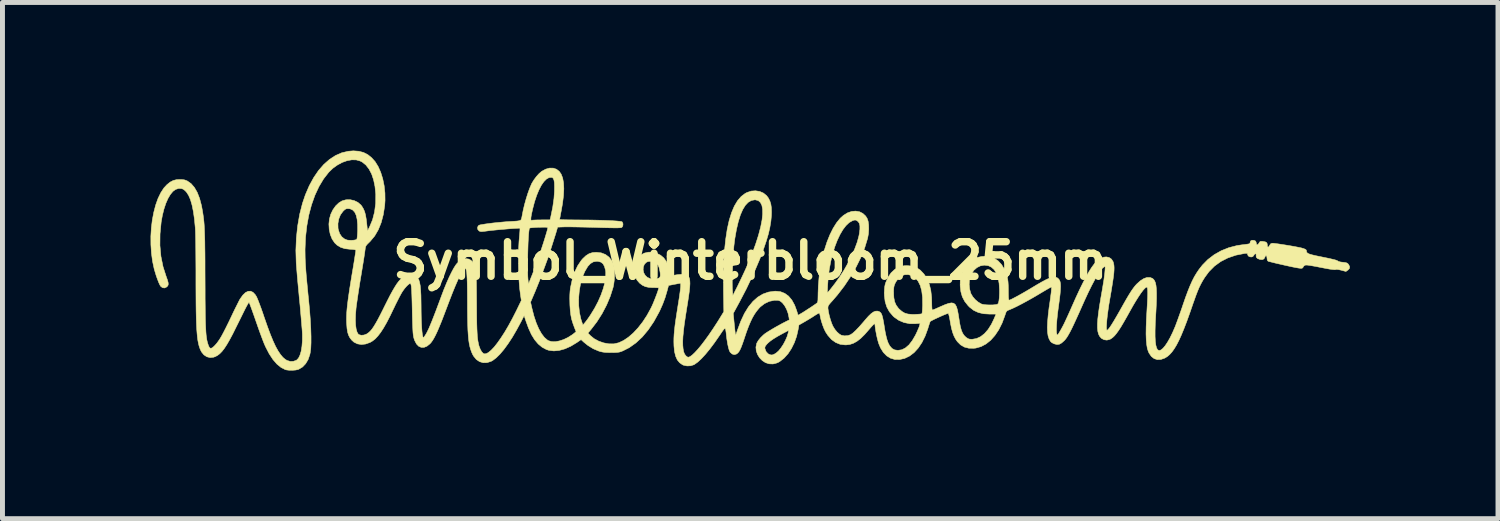
<source format=kicad_pcb>
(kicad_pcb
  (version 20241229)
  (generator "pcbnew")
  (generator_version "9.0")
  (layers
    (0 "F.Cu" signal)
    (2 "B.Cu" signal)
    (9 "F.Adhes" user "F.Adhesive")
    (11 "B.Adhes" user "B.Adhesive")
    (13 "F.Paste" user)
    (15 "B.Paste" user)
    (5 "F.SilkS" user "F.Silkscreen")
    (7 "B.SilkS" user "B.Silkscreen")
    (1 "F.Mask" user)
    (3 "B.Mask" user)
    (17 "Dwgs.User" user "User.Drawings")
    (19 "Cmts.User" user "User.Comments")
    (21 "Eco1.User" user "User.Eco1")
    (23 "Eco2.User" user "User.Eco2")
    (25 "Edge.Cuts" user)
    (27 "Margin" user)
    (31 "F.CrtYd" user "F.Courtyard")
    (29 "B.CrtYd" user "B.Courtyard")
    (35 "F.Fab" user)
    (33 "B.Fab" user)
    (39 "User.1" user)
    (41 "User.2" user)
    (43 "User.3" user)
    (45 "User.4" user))
  (footprint "Symbol_Winterbloom_25mm"
    (layer "F.Cu")
    (at 12.145 2.229)
    (property "Reference" "Symbol_Winterbloom_25mm" (at 0 0 180) (layer "F.SilkS") (effects (font (size 0.7 0.7) (thickness 0.15))))
    (attr board_only exclude_from_pos_files exclude_from_bom)
    (fp_poly (pts (xy -7.928 -2.216) (xy -7.832 -2.191) (xy -7.745 -2.146) (xy -7.671 -2.087) (xy -7.599 -2.007) (xy -7.537 -1.907) (xy -7.485 -1.79) (xy -7.444 -1.659) (xy -7.415 -1.517) (xy -7.399 -1.37) (xy -7.397 -1.219) (xy -7.404 -1.117) (xy -7.432 -0.934) (xy -7.475 -0.771) (xy -7.533 -0.627) (xy -7.607 -0.5) (xy -7.698 -0.391) (xy -7.715 -0.374) (xy -7.753 -0.337) (xy -7.777 -0.309) (xy -7.79 -0.284) (xy -7.797 -0.254) (xy -7.802 -0.212) (xy -7.803 -0.209) (xy -7.807 -0.176) (xy -7.815 -0.121) (xy -7.826 -0.048) (xy -7.84 0.039) (xy -7.856 0.136) (xy -7.873 0.241) (xy -7.888 0.33) (xy -7.907 0.444) (xy -7.925 0.558) (xy -7.942 0.668) (xy -7.957 0.77) (xy -7.97 0.859) (xy -7.98 0.93) (xy -7.984 0.965) (xy -7.994 1.091) (xy -7.997 1.204) (xy -7.993 1.303) (xy -7.982 1.384) (xy -7.964 1.446) (xy -7.94 1.487) (xy -7.924 1.499) (xy -7.878 1.511) (xy -7.823 1.506) (xy -7.768 1.485) (xy -7.76 1.479) (xy -7.727 1.456) (xy -7.694 1.425) (xy -7.661 1.386) (xy -7.626 1.335) (xy -7.587 1.271) (xy -7.542 1.191) (xy -7.491 1.093) (xy -7.431 0.974) (xy -7.421 0.953) (xy -7.353 0.817) (xy -7.295 0.703) (xy -7.243 0.608) (xy -7.197 0.53) (xy -7.156 0.466) (xy -7.117 0.415) (xy -7.08 0.374) (xy -7.042 0.342) (xy -7.003 0.315) (xy -6.975 0.3) (xy -6.926 0.283) (xy -6.869 0.278) (xy -6.817 0.284) (xy -6.793 0.293) (xy -6.761 0.315) (xy -6.735 0.345) (xy -6.713 0.386) (xy -6.697 0.44) (xy -6.684 0.509) (xy -6.676 0.595) (xy -6.67 0.701) (xy -6.668 0.829) (xy -6.667 0.904) (xy -6.666 1.028) (xy -6.664 1.145) (xy -6.66 1.253) (xy -6.655 1.348) (xy -6.649 1.428) (xy -6.642 1.49) (xy -6.634 1.53) (xy -6.632 1.536) (xy -6.621 1.566) (xy -6.595 1.529) (xy -6.575 1.499) (xy -6.554 1.463) (xy -6.532 1.419) (xy -6.507 1.367) (xy -6.48 1.302) (xy -6.448 1.225) (xy -6.411 1.131) (xy -6.368 1.02) (xy -6.319 0.889) (xy -6.262 0.736) (xy -6.26 0.73) (xy -6.206 0.587) (xy -6.152 0.455) (xy -6.1 0.337) (xy -6.05 0.235) (xy -6.005 0.151) (xy -5.965 0.088) (xy -5.945 0.062) (xy -5.885 0.007) (xy -5.823 -0.028) (xy -5.76 -0.041) (xy -5.701 -0.032) (xy -5.664 -0.012) (xy -5.634 0.013) (xy -5.612 0.045) (xy -5.593 0.089) (xy -5.576 0.15) (xy -5.568 0.185) (xy -5.562 0.212) (xy -5.558 0.242) (xy -5.554 0.277) (xy -5.551 0.321) (xy -5.549 0.375) (xy -5.547 0.441) (xy -5.546 0.524) (xy -5.545 0.624) (xy -5.544 0.746) (xy -5.543 0.87) (xy -5.542 1.029) (xy -5.541 1.165) (xy -5.539 1.28) (xy -5.536 1.378) (xy -5.532 1.46) (xy -5.528 1.529) (xy -5.522 1.587) (xy -5.514 1.637) (xy -5.505 1.682) (xy -5.495 1.724) (xy -5.492 1.733) (xy -5.469 1.793) (xy -5.441 1.843) (xy -5.41 1.876) (xy -5.389 1.887) (xy -5.35 1.885) (xy -5.303 1.86) (xy -5.248 1.814) (xy -5.186 1.749) (xy -5.12 1.665) (xy -5.049 1.564) (xy -4.974 1.448) (xy -4.897 1.317) (xy -4.819 1.174) (xy -4.74 1.019) (xy -4.732 1.003) (xy -4.637 0.806) (xy -4.654 0.693) (xy -4.67 0.569) (xy -4.682 0.425) (xy -4.691 0.268) (xy -4.695 0.102) (xy -4.695 0.051) (xy -4.51 0.051) (xy -4.509 0.149) (xy -4.508 0.238) (xy -4.506 0.316) (xy -4.502 0.378) (xy -4.501 0.385) (xy -4.492 0.473) (xy -4.437 0.335) (xy -4.412 0.274) (xy -4.383 0.197) (xy -4.351 0.111) (xy -4.32 0.026) (xy -4.306 -0.014) (xy -4.278 -0.094) (xy -4.248 -0.181) (xy -4.219 -0.27) (xy -4.19 -0.358) (xy -4.164 -0.441) (xy -4.141 -0.517) (xy -4.122 -0.58) (xy -4.109 -0.628) (xy -4.103 -0.656) (xy -4.102 -0.661) (xy -4.105 -0.669) (xy -4.114 -0.674) (xy -4.135 -0.677) (xy -4.171 -0.678) (xy -4.225 -0.677) (xy -4.283 -0.676) (xy -4.348 -0.673) (xy -4.404 -0.669) (xy -4.446 -0.665) (xy -4.469 -0.66) (xy -4.471 -0.658) (xy -4.478 -0.636) (xy -4.484 -0.591) (xy -4.49 -0.528) (xy -4.495 -0.45) (xy -4.5 -0.36) (xy -4.503 -0.261) (xy -4.506 -0.158) (xy -4.508 -0.052) (xy -4.51 0.051) (xy -4.695 0.051) (xy -4.696 -0.066) (xy -4.692 -0.231) (xy -4.684 -0.387) (xy -4.673 -0.519) (xy -4.668 -0.574) (xy -4.665 -0.619) (xy -4.664 -0.648) (xy -4.665 -0.656) (xy -4.68 -0.658) (xy -4.715 -0.656) (xy -4.768 -0.653) (xy -4.835 -0.649) (xy -4.91 -0.643) (xy -4.991 -0.636) (xy -5.074 -0.629) (xy -5.154 -0.621) (xy -5.227 -0.614) (xy -5.29 -0.607) (xy -5.326 -0.602) (xy -5.387 -0.594) (xy -5.43 -0.59) (xy -5.457 -0.59) (xy -5.477 -0.594) (xy -5.492 -0.602) (xy -5.494 -0.603) (xy -5.519 -0.632) (xy -5.525 -0.668) (xy -5.512 -0.701) (xy -5.496 -0.716) (xy -5.474 -0.724) (xy -5.43 -0.732) (xy -5.369 -0.742) (xy -5.294 -0.752) (xy -5.21 -0.763) (xy -5.119 -0.772) (xy -5.027 -0.781) (xy -4.936 -0.789) (xy -4.864 -0.793) (xy -4.784 -0.798) (xy -4.725 -0.802) (xy -4.684 -0.808) (xy -4.658 -0.816) (xy -4.642 -0.829) (xy -4.635 -0.844) (xy -4.444 -0.844) (xy -4.441 -0.822) (xy -4.431 -0.816) (xy -4.425 -0.818) (xy -4.405 -0.821) (xy -4.366 -0.823) (xy -4.311 -0.825) (xy -4.247 -0.825) (xy -4.23 -0.826) (xy -4.056 -0.826) (xy -4.04 -0.892) (xy -4.001 -1.082) (xy -3.976 -1.259) (xy -3.966 -1.403) (xy -3.965 -1.5) (xy -3.967 -1.574) (xy -3.975 -1.627) (xy -3.988 -1.662) (xy -4.007 -1.682) (xy -4.024 -1.687) (xy -4.076 -1.682) (xy -4.128 -1.653) (xy -4.18 -1.601) (xy -4.231 -1.528) (xy -4.28 -1.434) (xy -4.326 -1.323) (xy -4.369 -1.194) (xy -4.407 -1.049) (xy -4.413 -1.022) (xy -4.431 -0.941) (xy -4.441 -0.883) (xy -4.444 -0.844) (xy -4.635 -0.844) (xy -4.633 -0.848) (xy -4.628 -0.874) (xy -4.623 -0.899) (xy -4.601 -1.013) (xy -4.573 -1.132) (xy -4.54 -1.251) (xy -4.505 -1.363) (xy -4.469 -1.463) (xy -4.434 -1.545) (xy -4.426 -1.563) (xy -4.383 -1.634) (xy -4.332 -1.703) (xy -4.278 -1.763) (xy -4.227 -1.807) (xy -4.226 -1.808) (xy -4.144 -1.853) (xy -4.065 -1.875) (xy -3.991 -1.874) (xy -3.925 -1.852) (xy -3.869 -1.808) (xy -3.831 -1.754) (xy -3.8 -1.675) (xy -3.782 -1.576) (xy -3.776 -1.457) (xy -3.783 -1.317) (xy -3.803 -1.156) (xy -3.83 -1.003) (xy -3.842 -0.943) (xy -3.851 -0.891) (xy -3.858 -0.854) (xy -3.861 -0.836) (xy -3.861 -0.835) (xy -3.849 -0.833) (xy -3.814 -0.83) (xy -3.761 -0.828) (xy -3.692 -0.827) (xy -3.611 -0.826) (xy -3.521 -0.825) (xy -3.515 -0.825) (xy -3.373 -0.824) (xy -3.236 -0.823) (xy -3.106 -0.82) (xy -2.986 -0.817) (xy -2.878 -0.813) (xy -2.783 -0.808) (xy -2.706 -0.803) (xy -2.647 -0.797) (xy -2.61 -0.792) (xy -2.597 -0.787) (xy -2.581 -0.76) (xy -2.578 -0.724) (xy -2.588 -0.69) (xy -2.605 -0.672) (xy -2.619 -0.668) (xy -2.646 -0.666) (xy -2.688 -0.664) (xy -2.747 -0.664) (xy -2.824 -0.665) (xy -2.922 -0.667) (xy -3.042 -0.67) (xy -3.123 -0.673) (xy -3.239 -0.676) (xy -3.353 -0.679) (xy -3.462 -0.681) (xy -3.56 -0.683) (xy -3.645 -0.684) (xy -3.713 -0.684) (xy -3.758 -0.684) (xy -3.902 -0.679) (xy -3.939 -0.552) (xy -4.089 -0.079) (xy -4.261 0.386) (xy -4.356 0.621) (xy -4.45 0.84) (xy -4.421 0.968) (xy -4.381 1.123) (xy -4.335 1.261) (xy -4.284 1.38) (xy -4.228 1.479) (xy -4.169 1.556) (xy -4.107 1.609) (xy -4.086 1.621) (xy -4.025 1.639) (xy -3.951 1.641) (xy -3.868 1.626) (xy -3.779 1.597) (xy -3.69 1.554) (xy -3.604 1.499) (xy -3.564 1.468) (xy -3.528 1.438) (xy -3.562 1.353) (xy -3.594 1.265) (xy -3.619 1.183) (xy -3.635 1.1) (xy -3.646 1.009) (xy -3.653 0.902) (xy -3.654 0.868) (xy -3.656 0.772) (xy -3.656 0.758) (xy -3.476 0.758) (xy -3.475 0.905) (xy -3.46 1.047) (xy -3.431 1.181) (xy -3.404 1.264) (xy -3.389 1.302) (xy -3.35 1.257) (xy -3.327 1.228) (xy -3.294 1.184) (xy -3.258 1.132) (xy -3.236 1.099) (xy -3.154 0.966) (xy -3.083 0.831) (xy -3.024 0.697) (xy -2.978 0.567) (xy -2.945 0.444) (xy -2.928 0.332) (xy -2.927 0.233) (xy -2.932 0.194) (xy -2.953 0.118) (xy -2.982 0.064) (xy -3.023 0.031) (xy -3.079 0.015) (xy -3.114 0.013) (xy -3.178 0.024) (xy -3.236 0.058) (xy -3.29 0.116) (xy -3.291 0.117) (xy -3.351 0.218) (xy -3.401 0.337) (xy -3.438 0.469) (xy -3.463 0.611) (xy -3.476 0.758) (xy -3.656 0.758) (xy -3.655 0.694) (xy -3.651 0.626) (xy -3.644 0.562) (xy -3.639 0.535) (xy -3.604 0.374) (xy -3.556 0.229) (xy -3.495 0.102) (xy -3.423 -0.005) (xy -3.394 -0.039) (xy -3.328 -0.101) (xy -3.263 -0.142) (xy -3.193 -0.164) (xy -3.118 -0.169) (xy -3.019 -0.158) (xy -2.933 -0.125) (xy -2.861 -0.071) (xy -2.805 0.001) (xy -2.775 0.065) (xy -2.76 0.127) (xy -2.751 0.206) (xy -2.749 0.296) (xy -2.754 0.39) (xy -2.766 0.481) (xy -2.779 0.544) (xy -2.835 0.72) (xy -2.91 0.898) (xy -3.002 1.074) (xy -3.107 1.239) (xy -3.218 1.384) (xy -3.288 1.467) (xy -3.235 1.521) (xy -3.161 1.581) (xy -3.07 1.63) (xy -2.969 1.665) (xy -2.865 1.684) (xy -2.765 1.685) (xy -2.757 1.684) (xy -2.663 1.662) (xy -2.566 1.616) (xy -2.468 1.55) (xy -2.369 1.464) (xy -2.272 1.36) (xy -2.179 1.241) (xy -2.092 1.108) (xy -2.012 0.962) (xy -1.994 0.925) (xy -1.972 0.876) (xy -1.948 0.818) (xy -1.923 0.755) (xy -1.899 0.692) (xy -1.878 0.635) (xy -1.863 0.588) (xy -1.855 0.558) (xy -1.854 0.551) (xy -1.866 0.549) (xy -1.897 0.547) (xy -1.943 0.546) (xy -1.967 0.546) (xy -2.055 0.541) (xy -2.125 0.526) (xy -2.186 0.497) (xy -2.24 0.456) (xy -2.295 0.393) (xy -2.332 0.317) (xy -2.351 0.233) (xy -2.352 0.187) (xy -2.17 0.187) (xy -2.157 0.247) (xy -2.126 0.3) (xy -2.084 0.339) (xy -2.03 0.362) (xy -1.958 0.368) (xy -1.878 0.36) (xy -1.847 0.351) (xy -1.829 0.332) (xy -1.822 0.299) (xy -1.825 0.248) (xy -1.831 0.211) (xy -1.847 0.139) (xy -1.87 0.087) (xy -1.904 0.05) (xy -1.921 0.038) (xy -1.967 0.02) (xy -2.021 0.013) (xy -2.072 0.018) (xy -2.105 0.033) (xy -2.145 0.074) (xy -2.166 0.128) (xy -2.17 0.187) (xy -2.352 0.187) (xy -2.353 0.147) (xy -2.338 0.062) (xy -2.306 -0.016) (xy -2.258 -0.082) (xy -2.221 -0.114) (xy -2.146 -0.153) (xy -2.063 -0.172) (xy -1.978 -0.17) (xy -1.895 -0.149) (xy -1.818 -0.111) (xy -1.751 -0.055) (xy -1.701 0.016) (xy -1.699 0.019) (xy -1.672 0.085) (xy -1.651 0.162) (xy -1.64 0.237) (xy -1.639 0.262) (xy -1.638 0.314) (xy -1.557 0.297) (xy -1.472 0.283) (xy -1.396 0.277) (xy -1.333 0.28) (xy -1.288 0.291) (xy -1.279 0.296) (xy -1.257 0.314) (xy -1.241 0.337) (xy -1.23 0.369) (xy -1.224 0.411) (xy -1.222 0.466) (xy -1.226 0.534) (xy -1.235 0.62) (xy -1.249 0.724) (xy -1.268 0.849) (xy -1.289 0.978) (xy -1.316 1.15) (xy -1.338 1.299) (xy -1.353 1.427) (xy -1.364 1.538) (xy -1.368 1.632) (xy -1.367 1.712) (xy -1.361 1.781) (xy -1.35 1.84) (xy -1.346 1.854) (xy -1.328 1.896) (xy -1.3 1.931) (xy -1.271 1.952) (xy -1.256 1.956) (xy -1.223 1.945) (xy -1.179 1.914) (xy -1.125 1.863) (xy -1.063 1.796) (xy -0.994 1.713) (xy -0.92 1.616) (xy -0.841 1.507) (xy -0.759 1.387) (xy -0.675 1.258) (xy -0.634 1.193) (xy -0.536 1.033) (xy -0.543 0.615) (xy -0.543 0.444) (xy -0.366 0.444) (xy -0.365 0.523) (xy -0.363 0.578) (xy -0.353 0.705) (xy -0.258 0.517) (xy -0.218 0.434) (xy -0.173 0.341) (xy -0.129 0.247) (xy -0.091 0.164) (xy -0.084 0.148) (xy -0.014 -0.014) (xy 0.051 -0.178) (xy 0.109 -0.337) (xy 0.156 -0.483) (xy 0.17 -0.53) (xy 0.211 -0.686) (xy 0.238 -0.824) (xy 0.25 -0.942) (xy 0.249 -1.04) (xy 0.235 -1.119) (xy 0.206 -1.177) (xy 0.164 -1.215) (xy 0.108 -1.231) (xy 0.09 -1.232) (xy 0.022 -1.219) (xy -0.042 -1.182) (xy -0.1 -1.121) (xy -0.153 -1.035) (xy -0.201 -0.925) (xy -0.243 -0.79) (xy -0.28 -0.633) (xy -0.312 -0.451) (xy -0.323 -0.368) (xy -0.332 -0.294) (xy -0.339 -0.202) (xy -0.346 -0.097) (xy -0.353 0.014) (xy -0.358 0.129) (xy -0.362 0.242) (xy -0.365 0.349) (xy -0.366 0.444) (xy -0.543 0.444) (xy -0.544 0.316) (xy -0.537 0.042) (xy -0.522 -0.209) (xy -0.498 -0.435) (xy -0.467 -0.638) (xy -0.427 -0.818) (xy -0.379 -0.973) (xy -0.323 -1.105) (xy -0.258 -1.214) (xy -0.185 -1.299) (xy -0.104 -1.361) (xy -0.068 -1.38) (xy 0.019 -1.409) (xy 0.106 -1.415) (xy 0.19 -1.402) (xy 0.266 -1.369) (xy 0.329 -1.318) (xy 0.365 -1.271) (xy 0.396 -1.21) (xy 0.416 -1.146) (xy 0.427 -1.072) (xy 0.43 -0.983) (xy 0.428 -0.914) (xy 0.417 -0.798) (xy 0.397 -0.676) (xy 0.367 -0.544) (xy 0.325 -0.401) (xy 0.271 -0.242) (xy 0.205 -0.065) (xy 0.197 -0.044) (xy 0.068 0.26) (xy -0.08 0.571) (xy -0.212 0.824) (xy -0.345 1.069) (xy -0.324 1.287) (xy -0.316 1.359) (xy -0.31 1.421) (xy -0.304 1.469) (xy -0.3 1.5) (xy -0.298 1.509) (xy -0.293 1.5) (xy -0.282 1.471) (xy -0.267 1.429) (xy -0.26 1.407) (xy -0.192 1.226) (xy -0.118 1.068) (xy -0.036 0.935) (xy 0.054 0.825) (xy 0.151 0.739) (xy 0.256 0.676) (xy 0.369 0.636) (xy 0.491 0.619) (xy 0.514 0.618) (xy 0.611 0.628) (xy 0.698 0.662) (xy 0.775 0.718) (xy 0.842 0.798) (xy 0.898 0.9) (xy 0.94 1.013) (xy 0.968 1.105) (xy 1.027 1.071) (xy 1.061 1.051) (xy 1.108 1.021) (xy 1.163 0.985) (xy 1.221 0.948) (xy 1.274 0.912) (xy 1.318 0.882) (xy 1.347 0.861) (xy 1.349 0.859) (xy 1.359 0.848) (xy 1.366 0.828) (xy 1.37 0.797) (xy 1.371 0.748) (xy 1.372 0.703) (xy 1.373 0.654) (xy 1.56 0.654) (xy 1.593 0.616) (xy 1.614 0.591) (xy 1.646 0.551) (xy 1.684 0.502) (xy 1.719 0.457) (xy 1.812 0.326) (xy 1.901 0.187) (xy 1.983 0.042) (xy 2.055 -0.102) (xy 2.117 -0.243) (xy 2.166 -0.376) (xy 2.199 -0.498) (xy 2.209 -0.549) (xy 2.22 -0.637) (xy 2.22 -0.704) (xy 2.209 -0.754) (xy 2.185 -0.79) (xy 2.157 -0.812) (xy 2.134 -0.822) (xy 2.111 -0.822) (xy 2.079 -0.813) (xy 2.067 -0.808) (xy 2.002 -0.771) (xy 1.938 -0.71) (xy 1.876 -0.629) (xy 1.817 -0.529) (xy 1.762 -0.413) (xy 1.712 -0.283) (xy 1.668 -0.141) (xy 1.631 0.01) (xy 1.601 0.168) (xy 1.579 0.331) (xy 1.567 0.495) (xy 1.56 0.654) (xy 1.373 0.654) (xy 1.378 0.512) (xy 1.394 0.322) (xy 1.421 0.135) (xy 1.456 -0.045) (xy 1.501 -0.216) (xy 1.553 -0.377) (xy 1.612 -0.524) (xy 1.677 -0.655) (xy 1.747 -0.767) (xy 1.822 -0.859) (xy 1.887 -0.917) (xy 1.969 -0.968) (xy 2.053 -0.997) (xy 2.134 -1.004) (xy 2.211 -0.991) (xy 2.279 -0.957) (xy 2.336 -0.904) (xy 2.366 -0.857) (xy 2.386 -0.8) (xy 2.397 -0.725) (xy 2.399 -0.639) (xy 2.393 -0.547) (xy 2.377 -0.458) (xy 2.375 -0.45) (xy 2.318 -0.263) (xy 2.241 -0.069) (xy 2.144 0.127) (xy 2.031 0.323) (xy 1.904 0.513) (xy 1.764 0.695) (xy 1.665 0.81) (xy 1.623 0.856) (xy 1.596 0.889) (xy 1.58 0.913) (xy 1.574 0.934) (xy 1.573 0.956) (xy 1.573 0.968) (xy 1.582 1.03) (xy 1.598 1.105) (xy 1.62 1.185) (xy 1.645 1.26) (xy 1.67 1.321) (xy 1.674 1.328) (xy 1.713 1.392) (xy 1.76 1.448) (xy 1.809 1.49) (xy 1.846 1.511) (xy 1.91 1.523) (xy 1.979 1.517) (xy 2.029 1.5) (xy 2.075 1.469) (xy 2.133 1.416) (xy 2.205 1.341) (xy 2.289 1.245) (xy 2.327 1.2) (xy 2.391 1.127) (xy 2.446 1.074) (xy 2.493 1.04) (xy 2.535 1.023) (xy 2.575 1.021) (xy 2.589 1.024) (xy 2.616 1.034) (xy 2.638 1.051) (xy 2.657 1.078) (xy 2.672 1.119) (xy 2.686 1.176) (xy 2.701 1.254) (xy 2.711 1.315) (xy 2.73 1.433) (xy 2.75 1.528) (xy 2.77 1.604) (xy 2.792 1.665) (xy 2.817 1.713) (xy 2.827 1.729) (xy 2.871 1.779) (xy 2.923 1.807) (xy 2.987 1.816) (xy 2.993 1.816) (xy 3.07 1.804) (xy 3.144 1.766) (xy 3.215 1.704) (xy 3.282 1.617) (xy 3.346 1.507) (xy 3.353 1.492) (xy 3.38 1.435) (xy 3.403 1.381) (xy 3.421 1.338) (xy 3.427 1.317) (xy 3.44 1.268) (xy 3.349 1.276) (xy 3.228 1.276) (xy 3.113 1.253) (xy 3.007 1.208) (xy 2.914 1.143) (xy 2.89 1.12) (xy 2.816 1.033) (xy 2.764 0.937) (xy 2.731 0.83) (xy 2.716 0.708) (xy 2.715 0.66) (xy 2.715 0.638) (xy 2.902 0.638) (xy 2.902 0.654) (xy 2.908 0.753) (xy 2.924 0.833) (xy 2.954 0.901) (xy 2.999 0.963) (xy 3.017 0.982) (xy 3.072 1.029) (xy 3.128 1.062) (xy 3.193 1.081) (xy 3.272 1.088) (xy 3.337 1.088) (xy 3.392 1.085) (xy 3.438 1.082) (xy 3.468 1.077) (xy 3.477 1.074) (xy 3.48 1.059) (xy 3.484 1.023) (xy 3.487 0.971) (xy 3.49 0.909) (xy 3.49 0.891) (xy 3.488 0.741) (xy 3.472 0.612) (xy 3.443 0.505) (xy 3.4 0.418) (xy 3.344 0.351) (xy 3.274 0.305) (xy 3.27 0.303) (xy 3.197 0.282) (xy 3.125 0.285) (xy 3.059 0.311) (xy 2.999 0.359) (xy 2.949 0.429) (xy 2.931 0.464) (xy 2.917 0.499) (xy 2.908 0.535) (xy 2.904 0.578) (xy 2.902 0.638) (xy 2.715 0.638) (xy 2.717 0.586) (xy 2.722 0.529) (xy 2.732 0.479) (xy 2.743 0.445) (xy 2.79 0.335) (xy 2.852 0.246) (xy 2.926 0.177) (xy 3.012 0.129) (xy 3.109 0.104) (xy 3.17 0.1) (xy 3.274 0.11) (xy 3.364 0.14) (xy 3.443 0.192) (xy 3.514 0.267) (xy 3.523 0.279) (xy 3.583 0.375) (xy 3.627 0.482) (xy 3.656 0.603) (xy 3.672 0.741) (xy 3.675 0.836) (xy 3.676 0.905) (xy 3.678 0.952) (xy 3.681 0.981) (xy 3.686 0.996) (xy 3.693 0.999) (xy 3.696 0.999) (xy 3.714 0.991) (xy 3.751 0.976) (xy 3.8 0.954) (xy 3.856 0.929) (xy 3.856 0.929) (xy 3.946 0.89) (xy 4.018 0.865) (xy 4.074 0.855) (xy 4.118 0.862) (xy 4.151 0.888) (xy 4.176 0.933) (xy 4.196 1) (xy 4.213 1.09) (xy 4.223 1.153) (xy 4.24 1.261) (xy 4.257 1.347) (xy 4.277 1.415) (xy 4.3 1.468) (xy 4.327 1.51) (xy 4.361 1.545) (xy 4.378 1.559) (xy 4.411 1.58) (xy 4.443 1.59) (xy 4.487 1.592) (xy 4.496 1.592) (xy 4.582 1.577) (xy 4.665 1.539) (xy 4.744 1.477) (xy 4.817 1.393) (xy 4.883 1.289) (xy 4.933 1.185) (xy 4.977 1.082) (xy 4.847 1.082) (xy 4.725 1.075) (xy 4.619 1.05) (xy 4.527 1.008) (xy 4.445 0.945) (xy 4.412 0.912) (xy 4.343 0.825) (xy 4.294 0.732) (xy 4.265 0.63) (xy 4.251 0.513) (xy 4.251 0.483) (xy 4.433 0.483) (xy 4.442 0.574) (xy 4.464 0.657) (xy 4.47 0.67) (xy 4.506 0.731) (xy 4.557 0.79) (xy 4.617 0.84) (xy 4.678 0.876) (xy 4.697 0.882) (xy 4.736 0.89) (xy 4.791 0.895) (xy 4.853 0.897) (xy 4.915 0.896) (xy 4.967 0.891) (xy 5.004 0.884) (xy 5.006 0.883) (xy 5.023 0.863) (xy 5.035 0.818) (xy 5.043 0.75) (xy 5.047 0.658) (xy 5.047 0.591) (xy 5.039 0.46) (xy 5.018 0.348) (xy 4.985 0.255) (xy 4.939 0.182) (xy 4.881 0.13) (xy 4.819 0.101) (xy 4.738 0.091) (xy 4.661 0.105) (xy 4.59 0.14) (xy 4.528 0.195) (xy 4.478 0.268) (xy 4.458 0.313) (xy 4.438 0.392) (xy 4.433 0.483) (xy 4.251 0.483) (xy 4.251 0.464) (xy 4.252 0.397) (xy 4.257 0.346) (xy 4.267 0.301) (xy 4.283 0.252) (xy 4.285 0.248) (xy 4.338 0.139) (xy 4.405 0.051) (xy 4.485 -0.015) (xy 4.58 -0.061) (xy 4.688 -0.085) (xy 4.763 -0.089) (xy 4.82 -0.087) (xy 4.863 -0.08) (xy 4.904 -0.066) (xy 4.938 -0.05) (xy 5.019 0.004) (xy 5.088 0.078) (xy 5.146 0.173) (xy 5.191 0.29) (xy 5.203 0.33) (xy 5.213 0.376) (xy 5.22 0.428) (xy 5.224 0.494) (xy 5.226 0.577) (xy 5.226 0.606) (xy 5.227 0.692) (xy 5.229 0.752) (xy 5.234 0.788) (xy 5.24 0.8) (xy 5.24 0.8) (xy 5.261 0.794) (xy 5.3 0.776) (xy 5.354 0.748) (xy 5.42 0.713) (xy 5.495 0.671) (xy 5.575 0.625) (xy 5.658 0.576) (xy 5.696 0.553) (xy 5.811 0.484) (xy 5.907 0.429) (xy 5.986 0.387) (xy 6.051 0.357) (xy 6.105 0.339) (xy 6.148 0.331) (xy 6.183 0.334) (xy 6.212 0.345) (xy 6.222 0.351) (xy 6.245 0.371) (xy 6.262 0.395) (xy 6.275 0.427) (xy 6.282 0.469) (xy 6.284 0.523) (xy 6.281 0.592) (xy 6.274 0.679) (xy 6.261 0.785) (xy 6.244 0.914) (xy 6.242 0.927) (xy 6.223 1.07) (xy 6.21 1.196) (xy 6.202 1.302) (xy 6.199 1.388) (xy 6.201 1.451) (xy 6.209 1.491) (xy 6.209 1.492) (xy 6.217 1.505) (xy 6.226 1.502) (xy 6.242 1.481) (xy 6.25 1.467) (xy 6.278 1.421) (xy 6.304 1.375) (xy 6.331 1.325) (xy 6.36 1.268) (xy 6.392 1.199) (xy 6.43 1.117) (xy 6.475 1.017) (xy 6.509 0.94) (xy 6.592 0.753) (xy 6.668 0.589) (xy 6.738 0.447) (xy 6.801 0.324) (xy 6.86 0.221) (xy 6.915 0.135) (xy 6.966 0.066) (xy 7.016 0.012) (xy 7.064 -0.028) (xy 7.111 -0.055) (xy 7.158 -0.071) (xy 7.207 -0.076) (xy 7.212 -0.076) (xy 7.267 -0.064) (xy 7.314 -0.032) (xy 7.346 0.017) (xy 7.353 0.036) (xy 7.361 0.069) (xy 7.366 0.105) (xy 7.368 0.145) (xy 7.367 0.193) (xy 7.363 0.251) (xy 7.355 0.321) (xy 7.343 0.406) (xy 7.327 0.508) (xy 7.307 0.631) (xy 7.282 0.775) (xy 7.262 0.891) (xy 7.246 1.002) (xy 7.232 1.105) (xy 7.222 1.197) (xy 7.216 1.276) (xy 7.213 1.339) (xy 7.214 1.383) (xy 7.22 1.407) (xy 7.224 1.41) (xy 7.242 1.398) (xy 7.271 1.365) (xy 7.31 1.308) (xy 7.359 1.229) (xy 7.419 1.127) (xy 7.49 1.003) (xy 7.495 0.994) (xy 7.559 0.88) (xy 7.613 0.785) (xy 7.659 0.707) (xy 7.698 0.644) (xy 7.732 0.592) (xy 7.763 0.549) (xy 7.792 0.512) (xy 7.822 0.478) (xy 7.827 0.473) (xy 7.899 0.408) (xy 7.969 0.363) (xy 8.035 0.34) (xy 8.096 0.34) (xy 8.146 0.36) (xy 8.17 0.381) (xy 8.19 0.411) (xy 8.206 0.451) (xy 8.217 0.504) (xy 8.224 0.572) (xy 8.227 0.656) (xy 8.227 0.758) (xy 8.223 0.881) (xy 8.216 1.026) (xy 8.211 1.106) (xy 8.202 1.273) (xy 8.198 1.416) (xy 8.198 1.536) (xy 8.203 1.634) (xy 8.213 1.71) (xy 8.228 1.766) (xy 8.247 1.802) (xy 8.254 1.808) (xy 8.282 1.82) (xy 8.318 1.808) (xy 8.358 1.775) (xy 8.403 1.722) (xy 8.451 1.65) (xy 8.501 1.562) (xy 8.552 1.458) (xy 8.603 1.34) (xy 8.61 1.323) (xy 8.628 1.274) (xy 8.653 1.207) (xy 8.682 1.126) (xy 8.714 1.037) (xy 8.746 0.945) (xy 8.763 0.894) (xy 8.815 0.744) (xy 8.863 0.615) (xy 8.908 0.504) (xy 8.951 0.408) (xy 8.994 0.324) (xy 9.04 0.248) (xy 9.088 0.177) (xy 9.142 0.108) (xy 9.155 0.091) (xy 9.266 -0.022) (xy 9.394 -0.12) (xy 9.537 -0.201) (xy 9.692 -0.263) (xy 9.854 -0.305) (xy 9.944 -0.319) (xy 10.014 -0.327) (xy 10.063 -0.334) (xy 10.094 -0.339) (xy 10.112 -0.346) (xy 10.12 -0.354) (xy 10.122 -0.364) (xy 10.122 -0.367) (xy 10.132 -0.398) (xy 10.159 -0.414) (xy 10.2 -0.411) (xy 10.202 -0.411) (xy 10.231 -0.398) (xy 10.244 -0.375) (xy 10.247 -0.358) (xy 10.255 -0.327) (xy 10.269 -0.32) (xy 10.29 -0.337) (xy 10.303 -0.357) (xy 10.319 -0.381) (xy 10.335 -0.392) (xy 10.362 -0.392) (xy 10.385 -0.389) (xy 10.432 -0.38) (xy 10.458 -0.365) (xy 10.469 -0.34) (xy 10.471 -0.315) (xy 10.476 -0.282) (xy 10.488 -0.273) (xy 10.504 -0.288) (xy 10.516 -0.308) (xy 10.538 -0.341) (xy 10.57 -0.353) (xy 10.57 -0.353) (xy 10.592 -0.352) (xy 10.635 -0.347) (xy 10.696 -0.339) (xy 10.769 -0.328) (xy 10.852 -0.315) (xy 10.913 -0.305) (xy 11.017 -0.287) (xy 11.099 -0.271) (xy 11.161 -0.258) (xy 11.205 -0.245) (xy 11.235 -0.233) (xy 11.254 -0.221) (xy 11.263 -0.206) (xy 11.265 -0.191) (xy 11.268 -0.173) (xy 11.278 -0.159) (xy 11.299 -0.145) (xy 11.332 -0.131) (xy 11.382 -0.117) (xy 11.449 -0.101) (xy 11.537 -0.083) (xy 11.595 -0.071) (xy 11.703 -0.049) (xy 11.787 -0.03) (xy 11.847 -0.015) (xy 11.883 -0.003) (xy 11.894 0.004) (xy 11.916 0.017) (xy 11.961 0.028) (xy 11.999 0.032) (xy 12.049 0.038) (xy 12.08 0.046) (xy 12.1 0.058) (xy 12.116 0.077) (xy 12.138 0.119) (xy 12.136 0.154) (xy 12.109 0.186) (xy 12.102 0.191) (xy 12.063 0.219) (xy 11.971 0.194) (xy 11.91 0.18) (xy 11.869 0.177) (xy 11.855 0.181) (xy 11.834 0.183) (xy 11.794 0.179) (xy 11.733 0.171) (xy 11.65 0.156) (xy 11.546 0.136) (xy 11.45 0.117) (xy 11.376 0.104) (xy 11.321 0.095) (xy 11.281 0.09) (xy 11.254 0.089) (xy 11.236 0.092) (xy 11.232 0.094) (xy 11.209 0.11) (xy 11.201 0.123) (xy 11.191 0.141) (xy 11.177 0.152) (xy 11.163 0.155) (xy 11.137 0.154) (xy 11.098 0.149) (xy 11.042 0.139) (xy 10.967 0.124) (xy 10.871 0.103) (xy 10.83 0.094) (xy 10.743 0.074) (xy 10.662 0.056) (xy 10.593 0.039) (xy 10.538 0.025) (xy 10.501 0.016) (xy 10.487 0.011) (xy 10.47 -0.01) (xy 10.465 -0.05) (xy 10.465 -0.051) (xy 10.46 -0.086) (xy 10.448 -0.102) (xy 10.434 -0.097) (xy 10.422 -0.07) (xy 10.403 -0.036) (xy 10.369 -0.021) (xy 10.319 -0.025) (xy 10.318 -0.026) (xy 10.271 -0.044) (xy 10.246 -0.072) (xy 10.244 -0.11) (xy 10.244 -0.11) (xy 10.244 -0.133) (xy 10.231 -0.14) (xy 10.213 -0.132) (xy 10.198 -0.108) (xy 10.178 -0.083) (xy 10.146 -0.074) (xy 10.113 -0.079) (xy 10.085 -0.096) (xy 10.071 -0.124) (xy 10.071 -0.13) (xy 10.068 -0.144) (xy 10.055 -0.149) (xy 10.026 -0.148) (xy 10.011 -0.146) (xy 9.834 -0.111) (xy 9.673 -0.056) (xy 9.529 0.017) (xy 9.401 0.11) (xy 9.289 0.223) (xy 9.204 0.338) (xy 9.162 0.406) (xy 9.125 0.473) (xy 9.09 0.544) (xy 9.056 0.625) (xy 9.02 0.719) (xy 8.98 0.832) (xy 8.968 0.865) (xy 8.901 1.059) (xy 8.84 1.229) (xy 8.783 1.377) (xy 8.73 1.506) (xy 8.68 1.616) (xy 8.632 1.709) (xy 8.585 1.786) (xy 8.54 1.849) (xy 8.494 1.9) (xy 8.448 1.94) (xy 8.4 1.97) (xy 8.392 1.974) (xy 8.315 2.001) (xy 8.243 2.004) (xy 8.178 1.983) (xy 8.122 1.939) (xy 8.076 1.872) (xy 8.06 1.837) (xy 8.041 1.778) (xy 8.028 1.699) (xy 8.019 1.602) (xy 8.015 1.483) (xy 8.017 1.343) (xy 8.023 1.181) (xy 8.034 0.994) (xy 8.034 0.991) (xy 8.042 0.854) (xy 8.047 0.743) (xy 8.049 0.656) (xy 8.047 0.592) (xy 8.042 0.553) (xy 8.035 0.538) (xy 8.018 0.538) (xy 7.992 0.559) (xy 7.956 0.598) (xy 7.913 0.655) (xy 7.864 0.727) (xy 7.81 0.813) (xy 7.752 0.91) (xy 7.696 1.01) (xy 7.623 1.141) (xy 7.56 1.251) (xy 7.506 1.342) (xy 7.458 1.416) (xy 7.415 1.475) (xy 7.377 1.521) (xy 7.341 1.555) (xy 7.307 1.58) (xy 7.282 1.594) (xy 7.222 1.609) (xy 7.163 1.601) (xy 7.11 1.572) (xy 7.073 1.529) (xy 7.052 1.485) (xy 7.038 1.43) (xy 7.031 1.362) (xy 7.031 1.279) (xy 7.038 1.179) (xy 7.052 1.059) (xy 7.072 0.918) (xy 7.086 0.837) (xy 7.1 0.751) (xy 7.116 0.66) (xy 7.131 0.574) (xy 7.143 0.5) (xy 7.148 0.47) (xy 7.16 0.398) (xy 7.17 0.322) (xy 7.179 0.253) (xy 7.182 0.218) (xy 7.186 0.166) (xy 7.187 0.136) (xy 7.185 0.122) (xy 7.177 0.12) (xy 7.164 0.127) (xy 7.164 0.127) (xy 7.128 0.156) (xy 7.085 0.208) (xy 7.035 0.284) (xy 6.978 0.383) (xy 6.914 0.503) (xy 6.844 0.645) (xy 6.768 0.809) (xy 6.718 0.921) (xy 6.654 1.065) (xy 6.598 1.188) (xy 6.55 1.292) (xy 6.509 1.378) (xy 6.473 1.448) (xy 6.441 1.505) (xy 6.413 1.551) (xy 6.387 1.587) (xy 6.362 1.616) (xy 6.358 1.62) (xy 6.305 1.667) (xy 6.258 1.693) (xy 6.21 1.698) (xy 6.157 1.685) (xy 6.141 1.678) (xy 6.105 1.659) (xy 6.08 1.636) (xy 6.059 1.599) (xy 6.05 1.582) (xy 6.031 1.523) (xy 6.02 1.448) (xy 6.016 1.353) (xy 6.021 1.239) (xy 6.033 1.103) (xy 6.052 0.945) (xy 6.056 0.921) (xy 6.072 0.809) (xy 6.084 0.72) (xy 6.093 0.652) (xy 6.098 0.601) (xy 6.101 0.567) (xy 6.101 0.545) (xy 6.099 0.535) (xy 6.096 0.533) (xy 6.083 0.54) (xy 6.051 0.557) (xy 6.004 0.584) (xy 5.945 0.619) (xy 5.877 0.659) (xy 5.841 0.681) (xy 5.72 0.752) (xy 5.604 0.817) (xy 5.495 0.876) (xy 5.396 0.927) (xy 5.312 0.967) (xy 5.246 0.995) (xy 5.244 0.996) (xy 5.214 1.008) (xy 5.194 1.022) (xy 5.18 1.043) (xy 5.167 1.079) (xy 5.157 1.109) (xy 5.1 1.263) (xy 5.032 1.399) (xy 4.954 1.515) (xy 4.868 1.612) (xy 4.774 1.687) (xy 4.674 1.74) (xy 4.568 1.77) (xy 4.529 1.774) (xy 4.426 1.773) (xy 4.336 1.75) (xy 4.259 1.705) (xy 4.193 1.639) (xy 4.156 1.585) (xy 4.125 1.525) (xy 4.099 1.457) (xy 4.076 1.374) (xy 4.055 1.272) (xy 4.045 1.21) (xy 4.034 1.15) (xy 4.023 1.104) (xy 4.014 1.075) (xy 4.008 1.067) (xy 3.988 1.073) (xy 3.951 1.087) (xy 3.902 1.107) (xy 3.846 1.132) (xy 3.789 1.158) (xy 3.735 1.183) (xy 3.689 1.206) (xy 3.657 1.223) (xy 3.643 1.233) (xy 3.643 1.233) (xy 3.636 1.252) (xy 3.623 1.29) (xy 3.607 1.339) (xy 3.596 1.378) (xy 3.541 1.527) (xy 3.476 1.658) (xy 3.401 1.77) (xy 3.318 1.861) (xy 3.226 1.931) (xy 3.127 1.979) (xy 3.023 2.002) (xy 3.023 2.002) (xy 2.927 2.001) (xy 2.84 1.975) (xy 2.762 1.927) (xy 2.694 1.857) (xy 2.637 1.765) (xy 2.602 1.681) (xy 2.588 1.635) (xy 2.572 1.574) (xy 2.557 1.507) (xy 2.544 1.439) (xy 2.534 1.379) (xy 2.528 1.333) (xy 2.527 1.318) (xy 2.524 1.291) (xy 2.517 1.278) (xy 2.505 1.284) (xy 2.481 1.308) (xy 2.448 1.344) (xy 2.409 1.389) (xy 2.402 1.397) (xy 2.315 1.496) (xy 2.235 1.575) (xy 2.16 1.633) (xy 2.088 1.673) (xy 2.015 1.697) (xy 1.939 1.706) (xy 1.922 1.706) (xy 1.821 1.694) (xy 1.729 1.657) (xy 1.645 1.597) (xy 1.571 1.513) (xy 1.525 1.443) (xy 1.495 1.382) (xy 1.466 1.307) (xy 1.44 1.227) (xy 1.421 1.154) (xy 1.416 1.125) (xy 1.409 1.089) (xy 1.401 1.065) (xy 1.398 1.061) (xy 1.384 1.065) (xy 1.354 1.081) (xy 1.315 1.105) (xy 1.301 1.114) (xy 1.249 1.148) (xy 1.185 1.187) (xy 1.121 1.225) (xy 1.099 1.238) (xy 0.985 1.303) (xy 0.969 1.395) (xy 0.938 1.532) (xy 0.892 1.661) (xy 0.833 1.78) (xy 0.764 1.885) (xy 0.685 1.973) (xy 0.6 2.04) (xy 0.561 2.063) (xy 0.522 2.077) (xy 0.474 2.089) (xy 0.457 2.092) (xy 0.38 2.089) (xy 0.307 2.065) (xy 0.243 2.023) (xy 0.188 1.967) (xy 0.147 1.901) (xy 0.121 1.828) (xy 0.116 1.775) (xy 0.296 1.775) (xy 0.297 1.782) (xy 0.32 1.842) (xy 0.36 1.885) (xy 0.385 1.899) (xy 0.421 1.91) (xy 0.455 1.907) (xy 0.494 1.889) (xy 0.526 1.869) (xy 0.573 1.828) (xy 0.621 1.768) (xy 0.669 1.696) (xy 0.711 1.617) (xy 0.745 1.539) (xy 0.767 1.466) (xy 0.769 1.457) (xy 0.777 1.411) (xy 0.648 1.48) (xy 0.55 1.534) (xy 0.473 1.581) (xy 0.412 1.623) (xy 0.364 1.663) (xy 0.336 1.691) (xy 0.309 1.725) (xy 0.296 1.75) (xy 0.296 1.775) (xy 0.116 1.775) (xy 0.114 1.753) (xy 0.129 1.678) (xy 0.133 1.668) (xy 0.162 1.618) (xy 0.207 1.562) (xy 0.263 1.507) (xy 0.298 1.478) (xy 0.332 1.455) (xy 0.383 1.423) (xy 0.446 1.385) (xy 0.516 1.344) (xy 0.587 1.305) (xy 0.654 1.268) (xy 0.712 1.239) (xy 0.716 1.236) (xy 0.79 1.2) (xy 0.783 1.148) (xy 0.765 1.065) (xy 0.735 0.984) (xy 0.696 0.912) (xy 0.651 0.855) (xy 0.614 0.824) (xy 0.584 0.809) (xy 0.553 0.802) (xy 0.512 0.802) (xy 0.487 0.803) (xy 0.385 0.824) (xy 0.29 0.869) (xy 0.204 0.935) (xy 0.175 0.966) (xy 0.127 1.024) (xy 0.084 1.086) (xy 0.044 1.155) (xy 0.005 1.236) (xy -0.035 1.331) (xy -0.077 1.443) (xy -0.122 1.577) (xy -0.126 1.59) (xy -0.158 1.683) (xy -0.185 1.754) (xy -0.209 1.807) (xy -0.232 1.846) (xy -0.256 1.873) (xy -0.281 1.891) (xy -0.282 1.892) (xy -0.325 1.903) (xy -0.368 1.89) (xy -0.406 1.856) (xy -0.408 1.854) (xy -0.426 1.818) (xy -0.443 1.759) (xy -0.46 1.681) (xy -0.475 1.586) (xy -0.483 1.522) (xy -0.49 1.454) (xy -0.497 1.407) (xy -0.504 1.38) (xy -0.516 1.374) (xy -0.534 1.388) (xy -0.56 1.422) (xy -0.597 1.477) (xy -0.629 1.524) (xy -0.727 1.665) (xy -0.82 1.789) (xy -0.908 1.896) (xy -0.989 1.984) (xy -1.062 2.052) (xy -1.127 2.099) (xy -1.143 2.108) (xy -1.208 2.129) (xy -1.281 2.132) (xy -1.349 2.118) (xy -1.371 2.109) (xy -1.431 2.067) (xy -1.478 2.01) (xy -1.512 1.934) (xy -1.535 1.84) (xy -1.546 1.724) (xy -1.546 1.712) (xy -1.548 1.642) (xy -1.547 1.569) (xy -1.543 1.491) (xy -1.535 1.405) (xy -1.524 1.307) (xy -1.508 1.193) (xy -1.488 1.061) (xy -1.466 0.921) (xy -1.451 0.827) (xy -1.437 0.739) (xy -1.426 0.66) (xy -1.417 0.593) (xy -1.412 0.544) (xy -1.41 0.517) (xy -1.41 0.456) (xy -1.457 0.464) (xy -1.497 0.472) (xy -1.548 0.481) (xy -1.58 0.488) (xy -1.655 0.502) (xy -1.684 0.61) (xy -1.725 0.749) (xy -1.773 0.878) (xy -1.832 1.011) (xy -1.85 1.047) (xy -1.955 1.237) (xy -2.068 1.403) (xy -2.188 1.546) (xy -2.316 1.665) (xy -2.451 1.761) (xy -2.581 1.827) (xy -2.617 1.841) (xy -2.65 1.851) (xy -2.687 1.857) (xy -2.733 1.86) (xy -2.795 1.861) (xy -2.819 1.861) (xy -2.893 1.86) (xy -2.949 1.857) (xy -2.995 1.85) (xy -3.039 1.84) (xy -3.071 1.83) (xy -3.182 1.783) (xy -3.29 1.716) (xy -3.371 1.651) (xy -3.427 1.599) (xy -3.514 1.659) (xy -3.636 1.733) (xy -3.755 1.786) (xy -3.87 1.818) (xy -3.978 1.828) (xy -4.078 1.816) (xy -4.13 1.799) (xy -4.217 1.752) (xy -4.295 1.687) (xy -4.367 1.602) (xy -4.432 1.497) (xy -4.491 1.368) (xy -4.54 1.234) (xy -4.58 1.113) (xy -4.641 1.233) (xy -4.73 1.398) (xy -4.818 1.549) (xy -4.905 1.682) (xy -4.989 1.797) (xy -5.07 1.893) (xy -5.146 1.968) (xy -5.216 2.021) (xy -5.247 2.038) (xy -5.33 2.065) (xy -5.41 2.067) (xy -5.483 2.045) (xy -5.548 2.001) (xy -5.603 1.934) (xy -5.62 1.905) (xy -5.643 1.855) (xy -5.662 1.802) (xy -5.679 1.743) (xy -5.693 1.676) (xy -5.704 1.599) (xy -5.712 1.509) (xy -5.719 1.404) (xy -5.723 1.282) (xy -5.726 1.14) (xy -5.728 0.977) (xy -5.728 0.87) (xy -5.729 0.711) (xy -5.73 0.575) (xy -5.732 0.462) (xy -5.735 0.369) (xy -5.739 0.296) (xy -5.743 0.24) (xy -5.75 0.2) (xy -5.757 0.174) (xy -5.764 0.162) (xy -5.782 0.159) (xy -5.807 0.181) (xy -5.839 0.227) (xy -5.877 0.297) (xy -5.922 0.391) (xy -5.974 0.51) (xy -6.033 0.654) (xy -6.098 0.822) (xy -6.14 0.933) (xy -6.199 1.088) (xy -6.25 1.221) (xy -6.296 1.333) (xy -6.336 1.427) (xy -6.372 1.504) (xy -6.405 1.567) (xy -6.435 1.617) (xy -6.464 1.657) (xy -6.487 1.683) (xy -6.548 1.732) (xy -6.607 1.756) (xy -6.664 1.756) (xy -6.716 1.733) (xy -6.761 1.686) (xy -6.797 1.617) (xy -6.81 1.579) (xy -6.817 1.553) (xy -6.822 1.526) (xy -6.827 1.493) (xy -6.831 1.452) (xy -6.834 1.4) (xy -6.837 1.335) (xy -6.84 1.253) (xy -6.843 1.151) (xy -6.846 1.028) (xy -6.846 1.016) (xy -6.849 0.883) (xy -6.852 0.773) (xy -6.855 0.684) (xy -6.858 0.614) (xy -6.861 0.56) (xy -6.865 0.52) (xy -6.87 0.493) (xy -6.875 0.475) (xy -6.881 0.466) (xy -6.884 0.463) (xy -6.901 0.466) (xy -6.929 0.487) (xy -6.963 0.52) (xy -7 0.563) (xy -7.035 0.611) (xy -7.054 0.64) (xy -7.077 0.68) (xy -7.108 0.738) (xy -7.144 0.809) (xy -7.183 0.886) (xy -7.22 0.964) (xy -7.221 0.965) (xy -7.295 1.119) (xy -7.363 1.251) (xy -7.426 1.361) (xy -7.485 1.452) (xy -7.542 1.526) (xy -7.596 1.584) (xy -7.651 1.627) (xy -7.7 1.656) (xy -7.79 1.688) (xy -7.876 1.698) (xy -7.956 1.685) (xy -8.027 1.65) (xy -8.074 1.607) (xy -8.11 1.56) (xy -8.136 1.509) (xy -8.155 1.449) (xy -8.167 1.374) (xy -8.174 1.281) (xy -8.176 1.251) (xy -8.177 1.187) (xy -8.176 1.122) (xy -8.173 1.053) (xy -8.167 0.978) (xy -8.158 0.892) (xy -8.146 0.795) (xy -8.13 0.683) (xy -8.111 0.554) (xy -8.087 0.404) (xy -8.064 0.264) (xy -8.046 0.159) (xy -8.03 0.062) (xy -8.016 -0.025) (xy -8.005 -0.098) (xy -7.996 -0.155) (xy -7.99 -0.192) (xy -7.988 -0.208) (xy -7.994 -0.217) (xy -8.015 -0.223) (xy -8.055 -0.228) (xy -8.106 -0.231) (xy -8.21 -0.243) (xy -8.295 -0.27) (xy -8.368 -0.314) (xy -8.418 -0.362) (xy -8.469 -0.438) (xy -8.506 -0.53) (xy -8.528 -0.633) (xy -8.534 -0.741) (xy -8.533 -0.752) (xy -8.351 -0.752) (xy -8.349 -0.658) (xy -8.344 -0.631) (xy -8.317 -0.549) (xy -8.274 -0.484) (xy -8.217 -0.439) (xy -8.165 -0.418) (xy -8.125 -0.413) (xy -8.077 -0.412) (xy -8.03 -0.415) (xy -7.991 -0.422) (xy -7.971 -0.432) (xy -7.964 -0.45) (xy -7.959 -0.49) (xy -7.955 -0.547) (xy -7.952 -0.607) (xy -7.953 -0.735) (xy -7.963 -0.84) (xy -7.983 -0.923) (xy -8.013 -0.985) (xy -8.054 -1.027) (xy -8.105 -1.05) (xy -8.149 -1.054) (xy -8.18 -1.051) (xy -8.207 -1.038) (xy -8.238 -1.01) (xy -8.249 -0.998) (xy -8.3 -0.929) (xy -8.334 -0.844) (xy -8.351 -0.752) (xy -8.533 -0.752) (xy -8.523 -0.845) (xy -8.496 -0.941) (xy -8.453 -1.03) (xy -8.397 -1.109) (xy -8.332 -1.171) (xy -8.269 -1.21) (xy -8.189 -1.233) (xy -8.105 -1.235) (xy -8.023 -1.217) (xy -7.948 -1.181) (xy -7.886 -1.128) (xy -7.865 -1.1) (xy -7.834 -1.048) (xy -7.81 -0.991) (xy -7.792 -0.924) (xy -7.778 -0.841) (xy -7.768 -0.756) (xy -7.752 -0.603) (xy -7.71 -0.685) (xy -7.65 -0.828) (xy -7.609 -0.987) (xy -7.587 -1.16) (xy -7.585 -1.344) (xy -7.586 -1.356) (xy -7.601 -1.504) (xy -7.629 -1.638) (xy -7.669 -1.756) (xy -7.722 -1.856) (xy -7.785 -1.937) (xy -7.859 -1.997) (xy -7.903 -2.019) (xy -7.982 -2.041) (xy -8.072 -2.042) (xy -8.168 -2.024) (xy -8.266 -1.989) (xy -8.362 -1.937) (xy -8.454 -1.871) (xy -8.536 -1.792) (xy -8.642 -1.656) (xy -8.736 -1.499) (xy -8.818 -1.323) (xy -8.886 -1.131) (xy -8.941 -0.924) (xy -8.981 -0.704) (xy -9.007 -0.474) (xy -9.017 -0.235) (xy -9.017 -0.205) (xy -9.016 -0.132) (xy -9.015 -0.058) (xy -9.012 0.018) (xy -9.007 0.101) (xy -9.001 0.193) (xy -8.993 0.296) (xy -8.982 0.415) (xy -8.969 0.551) (xy -8.954 0.708) (xy -8.945 0.794) (xy -8.925 1.006) (xy -8.91 1.201) (xy -8.901 1.375) (xy -8.896 1.53) (xy -8.896 1.664) (xy -8.901 1.775) (xy -8.912 1.862) (xy -8.92 1.901) (xy -8.955 2.003) (xy -9.005 2.087) (xy -9.068 2.153) (xy -9.141 2.197) (xy -9.157 2.204) (xy -9.207 2.215) (xy -9.27 2.22) (xy -9.335 2.22) (xy -9.392 2.213) (xy -9.417 2.207) (xy -9.503 2.163) (xy -9.587 2.094) (xy -9.667 2.002) (xy -9.744 1.885) (xy -9.816 1.746) (xy -9.825 1.726) (xy -9.845 1.68) (xy -9.871 1.614) (xy -9.902 1.532) (xy -9.936 1.44) (xy -9.971 1.341) (xy -10.006 1.241) (xy -10.013 1.221) (xy -10.045 1.129) (xy -10.075 1.045) (xy -10.101 0.972) (xy -10.123 0.913) (xy -10.139 0.871) (xy -10.149 0.849) (xy -10.151 0.846) (xy -10.156 0.849) (xy -10.164 0.858) (xy -10.176 0.877) (xy -10.192 0.906) (xy -10.215 0.948) (xy -10.244 1.005) (xy -10.28 1.078) (xy -10.325 1.169) (xy -10.38 1.28) (xy -10.413 1.346) (xy -10.482 1.485) (xy -10.544 1.601) (xy -10.6 1.698) (xy -10.651 1.776) (xy -10.699 1.838) (xy -10.745 1.885) (xy -10.791 1.92) (xy -10.837 1.944) (xy -10.872 1.956) (xy -10.941 1.963) (xy -11.007 1.946) (xy -11.066 1.907) (xy -11.114 1.848) (xy -11.135 1.806) (xy -11.151 1.766) (xy -11.165 1.722) (xy -11.177 1.672) (xy -11.188 1.615) (xy -11.197 1.549) (xy -11.204 1.473) (xy -11.211 1.384) (xy -11.216 1.281) (xy -11.22 1.162) (xy -11.223 1.026) (xy -11.225 0.87) (xy -11.226 0.694) (xy -11.227 0.495) (xy -11.227 0.356) (xy -11.227 0.202) (xy -11.228 0.053) (xy -11.229 -0.089) (xy -11.23 -0.222) (xy -11.231 -0.343) (xy -11.233 -0.45) (xy -11.235 -0.539) (xy -11.237 -0.609) (xy -11.24 -0.656) (xy -11.24 -0.661) (xy -11.257 -0.84) (xy -11.279 -0.995) (xy -11.306 -1.127) (xy -11.338 -1.236) (xy -11.376 -1.323) (xy -11.419 -1.389) (xy -11.449 -1.42) (xy -11.485 -1.448) (xy -11.521 -1.46) (xy -11.567 -1.462) (xy -11.582 -1.461) (xy -11.638 -1.443) (xy -11.693 -1.403) (xy -11.745 -1.34) (xy -11.793 -1.259) (xy -11.837 -1.159) (xy -11.875 -1.044) (xy -11.907 -0.915) (xy -11.931 -0.781) (xy -11.954 -0.541) (xy -11.956 -0.309) (xy -11.936 -0.088) (xy -11.893 0.123) (xy -11.831 0.316) (xy -11.806 0.386) (xy -11.791 0.438) (xy -11.787 0.476) (xy -11.794 0.504) (xy -11.812 0.526) (xy -11.82 0.533) (xy -11.862 0.553) (xy -11.904 0.547) (xy -11.94 0.52) (xy -11.958 0.491) (xy -11.98 0.443) (xy -12.004 0.381) (xy -12.03 0.309) (xy -12.053 0.234) (xy -12.072 0.169) (xy -12.106 0.011) (xy -12.128 -0.155) (xy -12.139 -0.324) (xy -12.14 -0.494) (xy -12.13 -0.662) (xy -12.11 -0.826) (xy -12.08 -0.982) (xy -12.042 -1.127) (xy -11.995 -1.259) (xy -11.939 -1.375) (xy -11.876 -1.472) (xy -11.814 -1.539) (xy -11.749 -1.591) (xy -11.688 -1.623) (xy -11.623 -1.64) (xy -11.557 -1.644) (xy -11.499 -1.642) (xy -11.455 -1.635) (xy -11.415 -1.62) (xy -11.4 -1.613) (xy -11.325 -1.56) (xy -11.259 -1.484) (xy -11.201 -1.384) (xy -11.153 -1.261) (xy -11.114 -1.114) (xy -11.095 -1.01) (xy -11.086 -0.954) (xy -11.078 -0.899) (xy -11.071 -0.845) (xy -11.065 -0.788) (xy -11.06 -0.726) (xy -11.056 -0.657) (xy -11.053 -0.58) (xy -11.05 -0.492) (xy -11.047 -0.392) (xy -11.046 -0.276) (xy -11.044 -0.143) (xy -11.043 0.009) (xy -11.043 0.183) (xy -11.042 0.379) (xy -11.042 0.381) (xy -11.041 0.584) (xy -11.041 0.764) (xy -11.039 0.921) (xy -11.038 1.059) (xy -11.036 1.178) (xy -11.033 1.28) (xy -11.029 1.368) (xy -11.025 1.442) (xy -11.02 1.506) (xy -11.013 1.559) (xy -11.006 1.605) (xy -10.997 1.644) (xy -10.987 1.679) (xy -10.976 1.712) (xy -10.967 1.735) (xy -10.949 1.765) (xy -10.927 1.776) (xy -10.898 1.766) (xy -10.861 1.735) (xy -10.838 1.711) (xy -10.806 1.675) (xy -10.775 1.633) (xy -10.741 1.583) (xy -10.705 1.522) (xy -10.665 1.447) (xy -10.619 1.357) (xy -10.565 1.248) (xy -10.511 1.135) (xy -10.471 1.05) (xy -10.432 0.97) (xy -10.396 0.899) (xy -10.366 0.839) (xy -10.344 0.795) (xy -10.331 0.773) (xy -10.277 0.698) (xy -10.223 0.646) (xy -10.17 0.62) (xy -10.119 0.618) (xy -10.071 0.641) (xy -10.026 0.688) (xy -9.999 0.731) (xy -9.985 0.763) (xy -9.964 0.814) (xy -9.938 0.882) (xy -9.908 0.963) (xy -9.876 1.053) (xy -9.844 1.148) (xy -9.837 1.168) (xy -9.775 1.345) (xy -9.718 1.497) (xy -9.664 1.628) (xy -9.613 1.738) (xy -9.563 1.828) (xy -9.514 1.901) (xy -9.466 1.958) (xy -9.417 2) (xy -9.381 2.021) (xy -9.32 2.04) (xy -9.255 2.039) (xy -9.195 2.018) (xy -9.187 2.013) (xy -9.15 1.975) (xy -9.12 1.914) (xy -9.096 1.834) (xy -9.08 1.735) (xy -9.071 1.62) (xy -9.071 1.493) (xy -9.073 1.454) (xy -9.076 1.404) (xy -9.082 1.333) (xy -9.089 1.244) (xy -9.098 1.141) (xy -9.108 1.029) (xy -9.118 0.911) (xy -9.13 0.792) (xy -9.132 0.775) (xy -9.143 0.652) (xy -9.155 0.529) (xy -9.166 0.409) (xy -9.176 0.296) (xy -9.184 0.196) (xy -9.191 0.111) (xy -9.196 0.047) (xy -9.196 0.044) (xy -9.203 -0.206) (xy -9.193 -0.456) (xy -9.167 -0.702) (xy -9.126 -0.939) (xy -9.069 -1.162) (xy -9.011 -1.333) (xy -8.932 -1.517) (xy -8.842 -1.682) (xy -8.744 -1.826) (xy -8.637 -1.949) (xy -8.522 -2.05) (xy -8.401 -2.129) (xy -8.273 -2.185) (xy -8.14 -2.216) (xy -8.038 -2.224) (xy -7.928 -2.216)) (stroke (width 0.01) (type solid)) (fill yes) (layer "F.SilkS")))
  (gr_rect
    (start -3 -3)
    (end 27.288 7.454)
    (stroke (width 0.1) (type default))
    (fill no)
    (layer "Edge.Cuts")))
</source>
